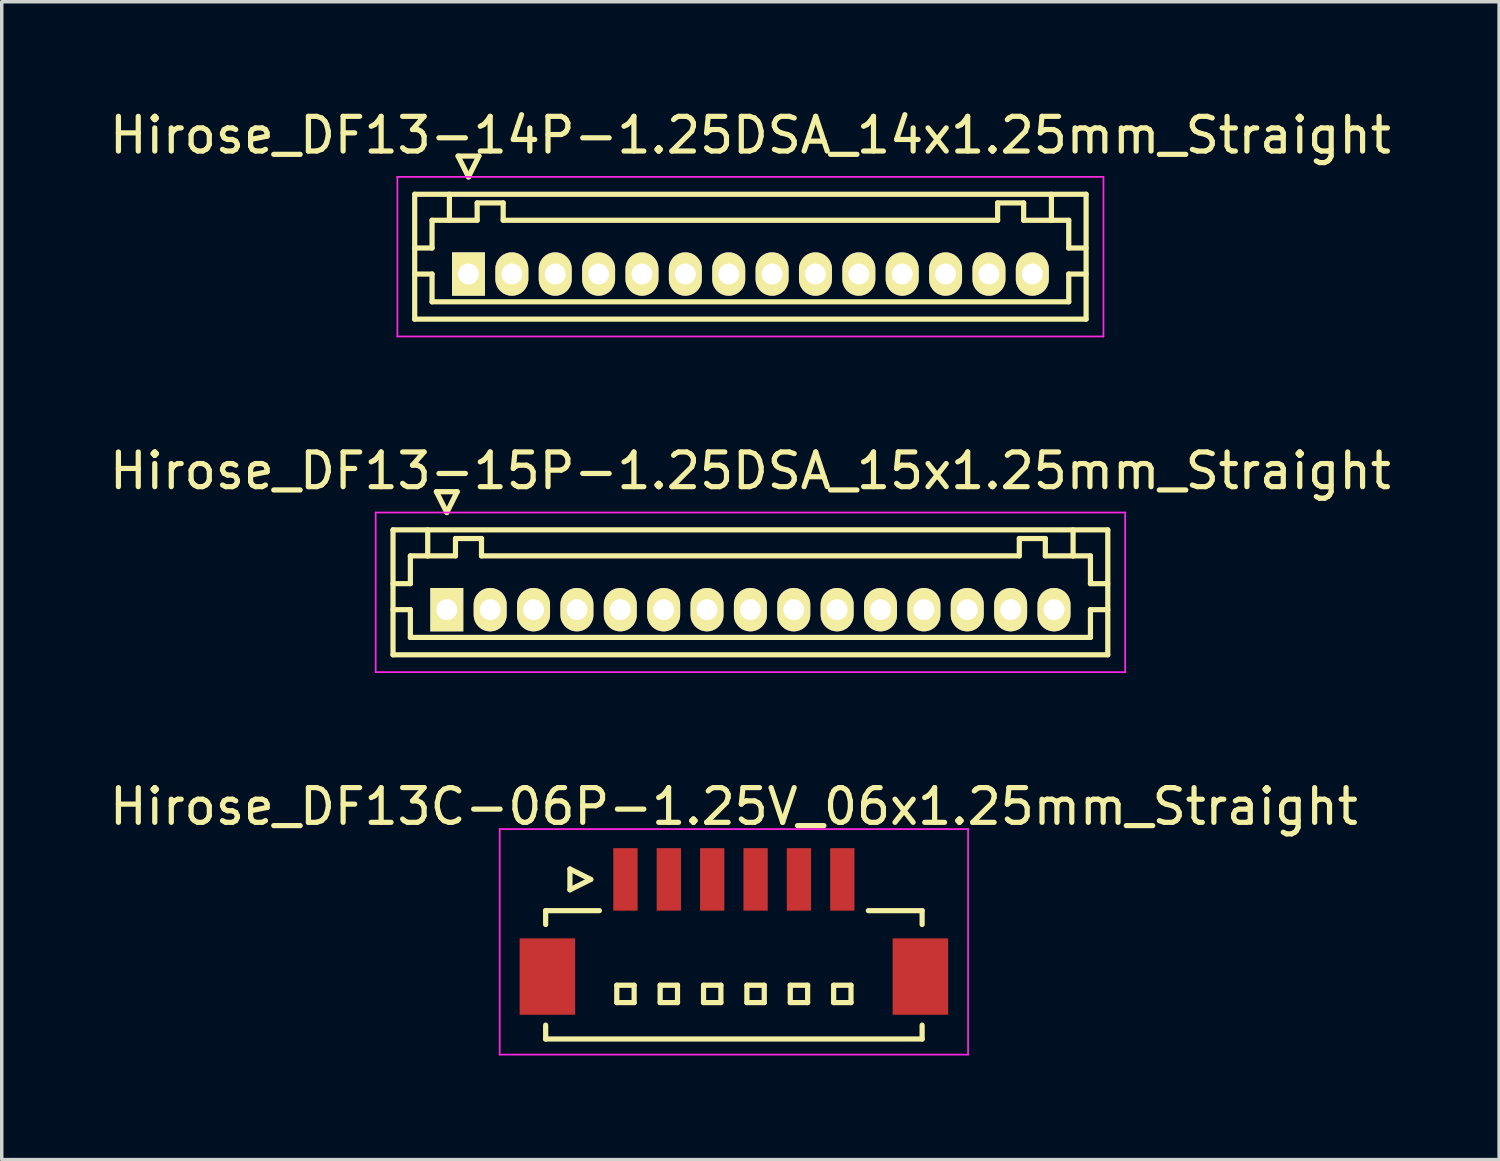
<source format=kicad_pcb>
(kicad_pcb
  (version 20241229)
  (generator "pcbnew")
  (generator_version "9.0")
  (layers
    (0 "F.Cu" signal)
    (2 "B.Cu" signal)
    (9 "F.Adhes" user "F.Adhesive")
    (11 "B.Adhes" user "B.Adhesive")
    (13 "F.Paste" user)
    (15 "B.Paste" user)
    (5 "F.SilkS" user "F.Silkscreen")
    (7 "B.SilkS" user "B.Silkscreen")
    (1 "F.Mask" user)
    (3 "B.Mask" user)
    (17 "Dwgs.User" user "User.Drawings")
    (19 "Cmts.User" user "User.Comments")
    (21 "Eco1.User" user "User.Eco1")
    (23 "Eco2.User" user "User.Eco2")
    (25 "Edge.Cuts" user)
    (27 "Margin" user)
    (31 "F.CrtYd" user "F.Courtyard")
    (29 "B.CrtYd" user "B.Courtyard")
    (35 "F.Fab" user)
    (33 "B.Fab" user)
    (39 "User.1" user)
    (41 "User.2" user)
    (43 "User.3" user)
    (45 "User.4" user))
  (footprint "Hirose_DF13-14P-1.25DSA_14x1.25mm_Straight"
    (layer "F.Cu")
    (at 10.452 4.848)
    (property "Reference" "Hirose_DF13-14P-1.25DSA_14x1.25mm_Straight" (at 8.125 -4 0) (layer "F.SilkS") (effects (font (size 1 1) (thickness 0.15))))
    (attr through_hole)
    (fp_line (start -1.55 -2.3) (end -1.55 1.3) (stroke (width 0.15) (type solid)) (layer "F.SilkS"))
    (fp_line (start -1.55 -0.75) (end -1.05 -0.75) (stroke (width 0.15) (type solid)) (layer "F.SilkS"))
    (fp_line (start -1.55 0) (end -1.05 0) (stroke (width 0.15) (type solid)) (layer "F.SilkS"))
    (fp_line (start -1.55 1.3) (end 17.8 1.3) (stroke (width 0.15) (type solid)) (layer "F.SilkS"))
    (fp_line (start -1.05 -1.55) (end -0.55 -1.55) (stroke (width 0.15) (type solid)) (layer "F.SilkS"))
    (fp_line (start -1.05 -0.75) (end -1.05 -1.55) (stroke (width 0.15) (type solid)) (layer "F.SilkS"))
    (fp_line (start -1.05 0) (end -1.05 0.8) (stroke (width 0.15) (type solid)) (layer "F.SilkS"))
    (fp_line (start -1.05 0.8) (end 17.3 0.8) (stroke (width 0.15) (type solid)) (layer "F.SilkS"))
    (fp_line (start -0.55 -1.55) (end -0.55 -2.3) (stroke (width 0.15) (type solid)) (layer "F.SilkS"))
    (fp_line (start -0.55 -1.55) (end 0.25 -1.55) (stroke (width 0.15) (type solid)) (layer "F.SilkS"))
    (fp_line (start -0.3 -3.4) (end 0.3 -3.4) (stroke (width 0.15) (type solid)) (layer "F.SilkS"))
    (fp_line (start 0 -2.8) (end -0.3 -3.4) (stroke (width 0.15) (type solid)) (layer "F.SilkS"))
    (fp_line (start 0.25 -2.05) (end 1 -2.05) (stroke (width 0.15) (type solid)) (layer "F.SilkS"))
    (fp_line (start 0.25 -1.55) (end 0.25 -2.05) (stroke (width 0.15) (type solid)) (layer "F.SilkS"))
    (fp_line (start 0.3 -3.4) (end 0 -2.8) (stroke (width 0.15) (type solid)) (layer "F.SilkS"))
    (fp_line (start 1 -2.05) (end 1 -1.55) (stroke (width 0.15) (type solid)) (layer "F.SilkS"))
    (fp_line (start 1 -1.55) (end 15.25 -1.55) (stroke (width 0.15) (type solid)) (layer "F.SilkS"))
    (fp_line (start 15.25 -2.05) (end 16 -2.05) (stroke (width 0.15) (type solid)) (layer "F.SilkS"))
    (fp_line (start 15.25 -1.55) (end 15.25 -2.05) (stroke (width 0.15) (type solid)) (layer "F.SilkS"))
    (fp_line (start 16 -2.05) (end 16 -1.55) (stroke (width 0.15) (type solid)) (layer "F.SilkS"))
    (fp_line (start 16 -1.55) (end 16.8 -1.55) (stroke (width 0.15) (type solid)) (layer "F.SilkS"))
    (fp_line (start 16.8 -1.55) (end 16.8 -2.3) (stroke (width 0.15) (type solid)) (layer "F.SilkS"))
    (fp_line (start 17.3 -1.55) (end 16.8 -1.55) (stroke (width 0.15) (type solid)) (layer "F.SilkS"))
    (fp_line (start 17.3 -0.75) (end 17.3 -1.55) (stroke (width 0.15) (type solid)) (layer "F.SilkS"))
    (fp_line (start 17.3 0) (end 17.8 0) (stroke (width 0.15) (type solid)) (layer "F.SilkS"))
    (fp_line (start 17.3 0.8) (end 17.3 0) (stroke (width 0.15) (type solid)) (layer "F.SilkS"))
    (fp_line (start 17.8 -2.3) (end -1.55 -2.3) (stroke (width 0.15) (type solid)) (layer "F.SilkS"))
    (fp_line (start 17.8 -0.75) (end 17.3 -0.75) (stroke (width 0.15) (type solid)) (layer "F.SilkS"))
    (fp_line (start 17.8 1.3) (end 17.8 -2.3) (stroke (width 0.15) (type solid)) (layer "F.SilkS"))
    (fp_line (start -2.05 -2.8) (end -2.05 1.8) (stroke (width 0.05) (type solid)) (layer "F.CrtYd"))
    (fp_line (start -2.05 1.8) (end 18.3 1.8) (stroke (width 0.05) (type solid)) (layer "F.CrtYd"))
    (fp_line (start 18.3 -2.8) (end -2.05 -2.8) (stroke (width 0.05) (type solid)) (layer "F.CrtYd"))
    (fp_line (start 18.3 1.8) (end 18.3 -2.8) (stroke (width 0.05) (type solid)) (layer "F.CrtYd"))
    (pad "1" thru_hole rect (at 0 0) (size 0.95 1.25) (drill 0.6) (layers "*.Cu" "*.Mask" "F.SilkS"))
    (pad "2" thru_hole oval (at 1.25 0) (size 0.95 1.25) (drill 0.6) (layers "*.Cu" "*.Mask" "F.SilkS"))
    (pad "3" thru_hole oval (at 2.5 0) (size 0.95 1.25) (drill 0.6) (layers "*.Cu" "*.Mask" "F.SilkS"))
    (pad "4" thru_hole oval (at 3.75 0) (size 0.95 1.25) (drill 0.6) (layers "*.Cu" "*.Mask" "F.SilkS"))
    (pad "5" thru_hole oval (at 5 0) (size 0.95 1.25) (drill 0.6) (layers "*.Cu" "*.Mask" "F.SilkS"))
    (pad "6" thru_hole oval (at 6.25 0) (size 0.95 1.25) (drill 0.6) (layers "*.Cu" "*.Mask" "F.SilkS"))
    (pad "7" thru_hole oval (at 7.5 0) (size 0.95 1.25) (drill 0.6) (layers "*.Cu" "*.Mask" "F.SilkS"))
    (pad "8" thru_hole oval (at 8.75 0) (size 0.95 1.25) (drill 0.6) (layers "*.Cu" "*.Mask" "F.SilkS"))
    (pad "9" thru_hole oval (at 10 0) (size 0.95 1.25) (drill 0.6) (layers "*.Cu" "*.Mask" "F.SilkS"))
    (pad "10" thru_hole oval (at 11.25 0) (size 0.95 1.25) (drill 0.6) (layers "*.Cu" "*.Mask" "F.SilkS"))
    (pad "11" thru_hole oval (at 12.5 0) (size 0.95 1.25) (drill 0.6) (layers "*.Cu" "*.Mask" "F.SilkS"))
    (pad "12" thru_hole oval (at 13.75 0) (size 0.95 1.25) (drill 0.6) (layers "*.Cu" "*.Mask" "F.SilkS"))
    (pad "13" thru_hole oval (at 15 0) (size 0.95 1.25) (drill 0.6) (layers "*.Cu" "*.Mask" "F.SilkS"))
    (pad "14" thru_hole oval (at 16.25 0) (size 0.95 1.25) (drill 0.6) (layers "*.Cu" "*.Mask" "F.SilkS")))
  (footprint "Hirose_DF13-15P-1.25DSA_15x1.25mm_Straight"
    (layer "F.Cu")
    (at 9.827 14.521)
    (property "Reference" "Hirose_DF13-15P-1.25DSA_15x1.25mm_Straight" (at 8.75 -4 0) (layer "F.SilkS") (effects (font (size 1 1) (thickness 0.15))))
    (attr through_hole)
    (fp_line (start -1.55 -2.3) (end -1.55 1.3) (stroke (width 0.15) (type solid)) (layer "F.SilkS"))
    (fp_line (start -1.55 -0.75) (end -1.05 -0.75) (stroke (width 0.15) (type solid)) (layer "F.SilkS"))
    (fp_line (start -1.55 0) (end -1.05 0) (stroke (width 0.15) (type solid)) (layer "F.SilkS"))
    (fp_line (start -1.55 1.3) (end 19.05 1.3) (stroke (width 0.15) (type solid)) (layer "F.SilkS"))
    (fp_line (start -1.05 -1.55) (end -0.55 -1.55) (stroke (width 0.15) (type solid)) (layer "F.SilkS"))
    (fp_line (start -1.05 -0.75) (end -1.05 -1.55) (stroke (width 0.15) (type solid)) (layer "F.SilkS"))
    (fp_line (start -1.05 0) (end -1.05 0.8) (stroke (width 0.15) (type solid)) (layer "F.SilkS"))
    (fp_line (start -1.05 0.8) (end 18.55 0.8) (stroke (width 0.15) (type solid)) (layer "F.SilkS"))
    (fp_line (start -0.55 -1.55) (end -0.55 -2.3) (stroke (width 0.15) (type solid)) (layer "F.SilkS"))
    (fp_line (start -0.55 -1.55) (end 0.25 -1.55) (stroke (width 0.15) (type solid)) (layer "F.SilkS"))
    (fp_line (start -0.3 -3.4) (end 0.3 -3.4) (stroke (width 0.15) (type solid)) (layer "F.SilkS"))
    (fp_line (start 0 -2.8) (end -0.3 -3.4) (stroke (width 0.15) (type solid)) (layer "F.SilkS"))
    (fp_line (start 0.25 -2.05) (end 1 -2.05) (stroke (width 0.15) (type solid)) (layer "F.SilkS"))
    (fp_line (start 0.25 -1.55) (end 0.25 -2.05) (stroke (width 0.15) (type solid)) (layer "F.SilkS"))
    (fp_line (start 0.3 -3.4) (end 0 -2.8) (stroke (width 0.15) (type solid)) (layer "F.SilkS"))
    (fp_line (start 1 -2.05) (end 1 -1.55) (stroke (width 0.15) (type solid)) (layer "F.SilkS"))
    (fp_line (start 1 -1.55) (end 16.5 -1.55) (stroke (width 0.15) (type solid)) (layer "F.SilkS"))
    (fp_line (start 16.5 -2.05) (end 17.25 -2.05) (stroke (width 0.15) (type solid)) (layer "F.SilkS"))
    (fp_line (start 16.5 -1.55) (end 16.5 -2.05) (stroke (width 0.15) (type solid)) (layer "F.SilkS"))
    (fp_line (start 17.25 -2.05) (end 17.25 -1.55) (stroke (width 0.15) (type solid)) (layer "F.SilkS"))
    (fp_line (start 17.25 -1.55) (end 18.05 -1.55) (stroke (width 0.15) (type solid)) (layer "F.SilkS"))
    (fp_line (start 18.05 -1.55) (end 18.05 -2.3) (stroke (width 0.15) (type solid)) (layer "F.SilkS"))
    (fp_line (start 18.55 -1.55) (end 18.05 -1.55) (stroke (width 0.15) (type solid)) (layer "F.SilkS"))
    (fp_line (start 18.55 -0.75) (end 18.55 -1.55) (stroke (width 0.15) (type solid)) (layer "F.SilkS"))
    (fp_line (start 18.55 0) (end 19.05 0) (stroke (width 0.15) (type solid)) (layer "F.SilkS"))
    (fp_line (start 18.55 0.8) (end 18.55 0) (stroke (width 0.15) (type solid)) (layer "F.SilkS"))
    (fp_line (start 19.05 -2.3) (end -1.55 -2.3) (stroke (width 0.15) (type solid)) (layer "F.SilkS"))
    (fp_line (start 19.05 -0.75) (end 18.55 -0.75) (stroke (width 0.15) (type solid)) (layer "F.SilkS"))
    (fp_line (start 19.05 1.3) (end 19.05 -2.3) (stroke (width 0.15) (type solid)) (layer "F.SilkS"))
    (fp_line (start -2.05 -2.8) (end -2.05 1.8) (stroke (width 0.05) (type solid)) (layer "F.CrtYd"))
    (fp_line (start -2.05 1.8) (end 19.55 1.8) (stroke (width 0.05) (type solid)) (layer "F.CrtYd"))
    (fp_line (start 19.55 -2.8) (end -2.05 -2.8) (stroke (width 0.05) (type solid)) (layer "F.CrtYd"))
    (fp_line (start 19.55 1.8) (end 19.55 -2.8) (stroke (width 0.05) (type solid)) (layer "F.CrtYd"))
    (pad "1" thru_hole rect (at 0 0) (size 0.95 1.25) (drill 0.6) (layers "*.Cu" "*.Mask" "F.SilkS"))
    (pad "2" thru_hole oval (at 1.25 0) (size 0.95 1.25) (drill 0.6) (layers "*.Cu" "*.Mask" "F.SilkS"))
    (pad "3" thru_hole oval (at 2.5 0) (size 0.95 1.25) (drill 0.6) (layers "*.Cu" "*.Mask" "F.SilkS"))
    (pad "4" thru_hole oval (at 3.75 0) (size 0.95 1.25) (drill 0.6) (layers "*.Cu" "*.Mask" "F.SilkS"))
    (pad "5" thru_hole oval (at 5 0) (size 0.95 1.25) (drill 0.6) (layers "*.Cu" "*.Mask" "F.SilkS"))
    (pad "6" thru_hole oval (at 6.25 0) (size 0.95 1.25) (drill 0.6) (layers "*.Cu" "*.Mask" "F.SilkS"))
    (pad "7" thru_hole oval (at 7.5 0) (size 0.95 1.25) (drill 0.6) (layers "*.Cu" "*.Mask" "F.SilkS"))
    (pad "8" thru_hole oval (at 8.75 0) (size 0.95 1.25) (drill 0.6) (layers "*.Cu" "*.Mask" "F.SilkS"))
    (pad "9" thru_hole oval (at 10 0) (size 0.95 1.25) (drill 0.6) (layers "*.Cu" "*.Mask" "F.SilkS"))
    (pad "10" thru_hole oval (at 11.25 0) (size 0.95 1.25) (drill 0.6) (layers "*.Cu" "*.Mask" "F.SilkS"))
    (pad "11" thru_hole oval (at 12.5 0) (size 0.95 1.25) (drill 0.6) (layers "*.Cu" "*.Mask" "F.SilkS"))
    (pad "12" thru_hole oval (at 13.75 0) (size 0.95 1.25) (drill 0.6) (layers "*.Cu" "*.Mask" "F.SilkS"))
    (pad "13" thru_hole oval (at 15 0) (size 0.95 1.25) (drill 0.6) (layers "*.Cu" "*.Mask" "F.SilkS"))
    (pad "14" thru_hole oval (at 16.25 0) (size 0.95 1.25) (drill 0.6) (layers "*.Cu" "*.Mask" "F.SilkS"))
    (pad "15" thru_hole oval (at 17.5 0) (size 0.95 1.25) (drill 0.6) (layers "*.Cu" "*.Mask" "F.SilkS")))
  (footprint "Hirose_DF13C-06P-1.25V_06x1.25mm_Straight"
    (layer "F.Cu")
    (at 18.101 23.695)
    (property "Reference" "Hirose_DF13C-06P-1.25V_06x1.25mm_Straight" (at 0 -3.5 0) (layer "F.SilkS") (effects (font (size 1 1) (thickness 0.15))))
    (attr smd)
    (fp_line (start -5.425 -0.5) (end -5.425 -0.1) (stroke (width 0.15) (type solid)) (layer "F.SilkS"))
    (fp_line (start -5.425 -0.5) (end -3.875 -0.5) (stroke (width 0.15) (type solid)) (layer "F.SilkS"))
    (fp_line (start -5.425 3.2) (end -5.425 2.8) (stroke (width 0.15) (type solid)) (layer "F.SilkS"))
    (fp_line (start -5.425 3.2) (end 5.425 3.2) (stroke (width 0.15) (type solid)) (layer "F.SilkS"))
    (fp_line (start -4.725 -1.7) (end -4.725 -1.1) (stroke (width 0.15) (type solid)) (layer "F.SilkS"))
    (fp_line (start -4.725 -1.1) (end -4.125 -1.4) (stroke (width 0.15) (type solid)) (layer "F.SilkS"))
    (fp_line (start -4.125 -1.4) (end -4.725 -1.7) (stroke (width 0.15) (type solid)) (layer "F.SilkS"))
    (fp_line (start -3.375 1.65) (end -3.375 2.15) (stroke (width 0.15) (type solid)) (layer "F.SilkS"))
    (fp_line (start -3.375 2.15) (end -2.875 2.15) (stroke (width 0.15) (type solid)) (layer "F.SilkS"))
    (fp_line (start -2.875 1.65) (end -3.375 1.65) (stroke (width 0.15) (type solid)) (layer "F.SilkS"))
    (fp_line (start -2.875 2.15) (end -2.875 1.65) (stroke (width 0.15) (type solid)) (layer "F.SilkS"))
    (fp_line (start -2.125 1.65) (end -2.125 2.15) (stroke (width 0.15) (type solid)) (layer "F.SilkS"))
    (fp_line (start -2.125 2.15) (end -1.625 2.15) (stroke (width 0.15) (type solid)) (layer "F.SilkS"))
    (fp_line (start -1.625 1.65) (end -2.125 1.65) (stroke (width 0.15) (type solid)) (layer "F.SilkS"))
    (fp_line (start -1.625 2.15) (end -1.625 1.65) (stroke (width 0.15) (type solid)) (layer "F.SilkS"))
    (fp_line (start -0.875 1.65) (end -0.875 2.15) (stroke (width 0.15) (type solid)) (layer "F.SilkS"))
    (fp_line (start -0.875 2.15) (end -0.375 2.15) (stroke (width 0.15) (type solid)) (layer "F.SilkS"))
    (fp_line (start -0.375 1.65) (end -0.875 1.65) (stroke (width 0.15) (type solid)) (layer "F.SilkS"))
    (fp_line (start -0.375 2.15) (end -0.375 1.65) (stroke (width 0.15) (type solid)) (layer "F.SilkS"))
    (fp_line (start 0.375 1.65) (end 0.375 2.15) (stroke (width 0.15) (type solid)) (layer "F.SilkS"))
    (fp_line (start 0.375 2.15) (end 0.875 2.15) (stroke (width 0.15) (type solid)) (layer "F.SilkS"))
    (fp_line (start 0.875 1.65) (end 0.375 1.65) (stroke (width 0.15) (type solid)) (layer "F.SilkS"))
    (fp_line (start 0.875 2.15) (end 0.875 1.65) (stroke (width 0.15) (type solid)) (layer "F.SilkS"))
    (fp_line (start 1.625 1.65) (end 1.625 2.15) (stroke (width 0.15) (type solid)) (layer "F.SilkS"))
    (fp_line (start 1.625 2.15) (end 2.125 2.15) (stroke (width 0.15) (type solid)) (layer "F.SilkS"))
    (fp_line (start 2.125 1.65) (end 1.625 1.65) (stroke (width 0.15) (type solid)) (layer "F.SilkS"))
    (fp_line (start 2.125 2.15) (end 2.125 1.65) (stroke (width 0.15) (type solid)) (layer "F.SilkS"))
    (fp_line (start 2.875 1.65) (end 2.875 2.15) (stroke (width 0.15) (type solid)) (layer "F.SilkS"))
    (fp_line (start 2.875 2.15) (end 3.375 2.15) (stroke (width 0.15) (type solid)) (layer "F.SilkS"))
    (fp_line (start 3.375 1.65) (end 2.875 1.65) (stroke (width 0.15) (type solid)) (layer "F.SilkS"))
    (fp_line (start 3.375 2.15) (end 3.375 1.65) (stroke (width 0.15) (type solid)) (layer "F.SilkS"))
    (fp_line (start 5.425 -0.5) (end 3.875 -0.5) (stroke (width 0.15) (type solid)) (layer "F.SilkS"))
    (fp_line (start 5.425 -0.5) (end 5.425 -0.1) (stroke (width 0.15) (type solid)) (layer "F.SilkS"))
    (fp_line (start 5.425 3.2) (end 5.425 2.8) (stroke (width 0.15) (type solid)) (layer "F.SilkS"))
    (fp_line (start -6.75 -2.85) (end -6.75 3.65) (stroke (width 0.05) (type solid)) (layer "F.CrtYd"))
    (fp_line (start -6.75 3.65) (end 6.75 3.65) (stroke (width 0.05) (type solid)) (layer "F.CrtYd"))
    (fp_line (start 6.75 -2.85) (end -6.75 -2.85) (stroke (width 0.05) (type solid)) (layer "F.CrtYd"))
    (fp_line (start 6.75 3.65) (end 6.75 -2.85) (stroke (width 0.05) (type solid)) (layer "F.CrtYd"))
    (pad "" smd rect (at -5.375 1.4) (size 1.6 2.2) (layers "F.Cu" "F.Mask" "F.Paste"))
    (pad "" smd rect (at 5.375 1.4) (size 1.6 2.2) (layers "F.Cu" "F.Mask" "F.Paste"))
    (pad "1" smd rect (at -3.125 -1.4) (size 0.7 1.8) (layers "F.Cu" "F.Mask" "F.Paste"))
    (pad "2" smd rect (at -1.875 -1.4) (size 0.7 1.8) (layers "F.Cu" "F.Mask" "F.Paste"))
    (pad "3" smd rect (at -0.625 -1.4) (size 0.7 1.8) (layers "F.Cu" "F.Mask" "F.Paste"))
    (pad "4" smd rect (at 0.625 -1.4) (size 0.7 1.8) (layers "F.Cu" "F.Mask" "F.Paste"))
    (pad "5" smd rect (at 1.875 -1.4) (size 0.7 1.8) (layers "F.Cu" "F.Mask" "F.Paste"))
    (pad "6" smd rect (at 3.125 -1.4) (size 0.7 1.8) (layers "F.Cu" "F.Mask" "F.Paste")))
  (gr_rect
    (start -3 -3)
    (end 40.155 30.37)
    (stroke (width 0.1) (type default))
    (fill no)
    (layer "Edge.Cuts")))
</source>
